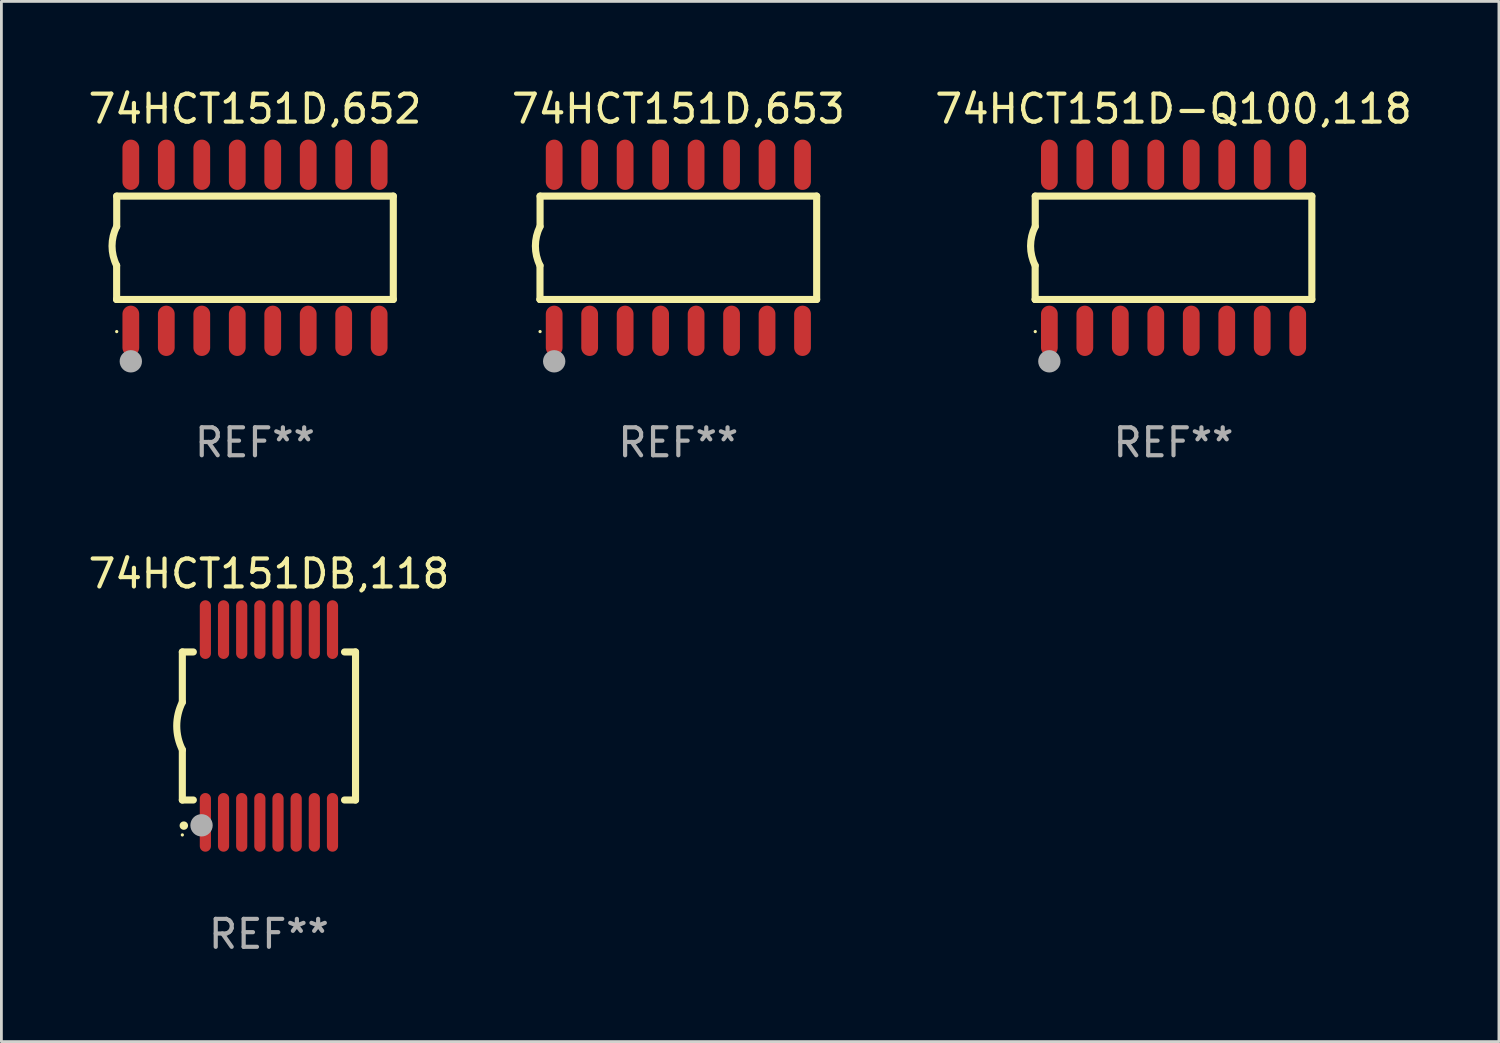
<source format=kicad_pcb>
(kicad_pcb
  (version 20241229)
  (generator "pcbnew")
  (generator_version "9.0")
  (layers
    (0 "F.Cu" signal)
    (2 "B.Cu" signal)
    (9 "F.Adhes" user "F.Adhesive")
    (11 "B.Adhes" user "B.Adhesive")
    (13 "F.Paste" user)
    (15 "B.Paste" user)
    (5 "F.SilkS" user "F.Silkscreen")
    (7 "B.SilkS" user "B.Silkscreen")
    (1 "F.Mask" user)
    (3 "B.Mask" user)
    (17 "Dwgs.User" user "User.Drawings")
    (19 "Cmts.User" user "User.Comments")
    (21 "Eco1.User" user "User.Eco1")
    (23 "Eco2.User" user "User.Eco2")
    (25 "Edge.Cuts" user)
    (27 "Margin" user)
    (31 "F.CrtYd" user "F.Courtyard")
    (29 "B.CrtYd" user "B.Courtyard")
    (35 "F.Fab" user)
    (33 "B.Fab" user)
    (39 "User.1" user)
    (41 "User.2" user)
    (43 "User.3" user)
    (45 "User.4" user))
  (footprint "74HCT151D,652"
    (layer "F.Cu")
    (at 6.077 5.82)
    (property "Reference" "74HCT151D,652" (at 0 -4.972 0) (layer "F.SilkS") (effects (font (size 1 1) (thickness 0.15))))
    (attr through_hole)
    (fp_line (start -4.952 0.635) (end -4.952 1.85) (stroke (width 0.254) (type solid)) (layer "F.SilkS"))
    (fp_line (start -4.952 1.85) (end -4.949 1.85) (stroke (width 0.254) (type solid)) (layer "F.SilkS"))
    (fp_line (start -4.949 -1.85) (end -4.949 -0.762) (stroke (width 0.254) (type solid)) (layer "F.SilkS"))
    (fp_line (start -4.949 1.85) (end 4.952 1.85) (stroke (width 0.254) (type solid)) (layer "F.SilkS"))
    (fp_line (start 4.952 -1.85) (end -4.949 -1.85) (stroke (width 0.254) (type solid)) (layer "F.SilkS"))
    (fp_line (start 4.952 1.85) (end 4.952 -1.85) (stroke (width 0.254) (type solid)) (layer "F.SilkS"))
    (fp_arc (start -4.951524 0.635001) (mid -5.116418 -0.0635) (end -4.951524 -0.762002) (stroke (width 0.254001) (type solid)) (layer "F.SilkS"))
    (fp_circle (center -4.949 3) (end -4.919 3) (stroke (width 0.06) (type solid)) (fill no) (layer "F.SilkS"))
    (fp_circle (center -4.444 4.064) (end -4.244 4.064) (stroke (width 0.4) (type solid)) (fill no) (layer "F.Fab"))
    (fp_text user "REF**" (at 0 6.972 0) (layer "F.Fab") (effects (font (size 1 1) (thickness 0.15))))
    (pad "1" smd oval (at -4.444 2.972 180) (size 0.6 1.8) (layers "F.Cu" "F.Mask" "F.Paste"))
    (pad "2" smd oval (at -3.174 2.972 180) (size 0.6 1.8) (layers "F.Cu" "F.Mask" "F.Paste"))
    (pad "3" smd oval (at -1.904 2.972 180) (size 0.6 1.8) (layers "F.Cu" "F.Mask" "F.Paste"))
    (pad "4" smd oval (at -0.634 2.972 180) (size 0.6 1.8) (layers "F.Cu" "F.Mask" "F.Paste"))
    (pad "5" smd oval (at 0.636 2.972 180) (size 0.6 1.8) (layers "F.Cu" "F.Mask" "F.Paste"))
    (pad "6" smd oval (at 1.906 2.972 180) (size 0.6 1.8) (layers "F.Cu" "F.Mask" "F.Paste"))
    (pad "7" smd oval (at 3.176 2.972 180) (size 0.6 1.8) (layers "F.Cu" "F.Mask" "F.Paste"))
    (pad "8" smd oval (at 4.446 2.972 180) (size 0.6 1.8) (layers "F.Cu" "F.Mask" "F.Paste"))
    (pad "9" smd oval (at 4.446 -2.972 180) (size 0.6 1.8) (layers "F.Cu" "F.Mask" "F.Paste"))
    (pad "10" smd oval (at 3.176 -2.972 180) (size 0.6 1.8) (layers "F.Cu" "F.Mask" "F.Paste"))
    (pad "11" smd oval (at 1.906 -2.972 180) (size 0.6 1.8) (layers "F.Cu" "F.Mask" "F.Paste"))
    (pad "12" smd oval (at 0.636 -2.972 180) (size 0.6 1.8) (layers "F.Cu" "F.Mask" "F.Paste"))
    (pad "13" smd oval (at -0.634 -2.972 180) (size 0.6 1.8) (layers "F.Cu" "F.Mask" "F.Paste"))
    (pad "14" smd oval (at -1.904 -2.972 180) (size 0.6 1.8) (layers "F.Cu" "F.Mask" "F.Paste"))
    (pad "15" smd oval (at -3.174 -2.972 180) (size 0.6 1.8) (layers "F.Cu" "F.Mask" "F.Paste"))
    (pad "16" smd oval (at -4.444 -2.972 180) (size 0.6 1.8) (layers "F.Cu" "F.Mask" "F.Paste")))
  (footprint "74HCT151DB,118"
    (layer "F.Cu")
    (at 6.577 22.938)
    (property "Reference" "74HCT151DB,118" (at 0 -5.45 0) (layer "F.SilkS") (effects (font (size 1 1) (thickness 0.15))))
    (attr through_hole)
    (fp_line (start -3.1 -2.65) (end -3.1 -0.85) (stroke (width 0.254) (type solid)) (layer "F.SilkS"))
    (fp_line (start -3.1 -2.65) (end -2.706 -2.65) (stroke (width 0.254) (type solid)) (layer "F.SilkS"))
    (fp_line (start -3.1 2.65) (end -3.1 0.85) (stroke (width 0.254) (type solid)) (layer "F.SilkS"))
    (fp_line (start -3.1 2.65) (end -2.706 2.65) (stroke (width 0.254) (type solid)) (layer "F.SilkS"))
    (fp_line (start 2.706 -2.65) (end 3.1 -2.65) (stroke (width 0.254) (type solid)) (layer "F.SilkS"))
    (fp_line (start 2.706 2.65) (end 3.1 2.65) (stroke (width 0.254) (type solid)) (layer "F.SilkS"))
    (fp_line (start 3.1 -2.65) (end 3.1 2.65) (stroke (width 0.254) (type solid)) (layer "F.SilkS"))
    (fp_arc (start -3.098907 0.850902) (mid -3.300057 0.000523) (end -3.1 -0.850114) (stroke (width 0.254001) (type solid)) (layer "F.SilkS"))
    (fp_arc (start -3.048006 3.566066) (mid -3.046736 3.566061) (end -3.045466 3.566066) (stroke (width 0.3) (type solid)) (layer "F.SilkS"))
    (fp_circle (center -3.1 3.9) (end -3.07 3.9) (stroke (width 0.06) (type solid)) (fill no) (layer "F.SilkS"))
    (fp_circle (center -2.413 3.556) (end -2.213 3.556) (stroke (width 0.4) (type solid)) (fill no) (layer "F.Fab"))
    (fp_text user "REF**" (at 0 7.45 0) (layer "F.Fab") (effects (font (size 1 1) (thickness 0.15))))
    (pad "1" smd oval (at -2.275 3.45 180) (size 0.4 2.1) (layers "F.Cu" "F.Mask" "F.Paste"))
    (pad "2" smd oval (at -1.625 3.45 180) (size 0.4 2.1) (layers "F.Cu" "F.Mask" "F.Paste"))
    (pad "3" smd oval (at -0.975 3.45 180) (size 0.4 2.1) (layers "F.Cu" "F.Mask" "F.Paste"))
    (pad "4" smd oval (at -0.325 3.45 180) (size 0.4 2.1) (layers "F.Cu" "F.Mask" "F.Paste"))
    (pad "5" smd oval (at 0.325 3.45 180) (size 0.4 2.1) (layers "F.Cu" "F.Mask" "F.Paste"))
    (pad "6" smd oval (at 0.975 3.45 180) (size 0.4 2.1) (layers "F.Cu" "F.Mask" "F.Paste"))
    (pad "7" smd oval (at 1.625 3.45 180) (size 0.4 2.1) (layers "F.Cu" "F.Mask" "F.Paste"))
    (pad "8" smd oval (at 2.275 3.45 180) (size 0.4 2.1) (layers "F.Cu" "F.Mask" "F.Paste"))
    (pad "9" smd oval (at 2.275 -3.45 180) (size 0.4 2.1) (layers "F.Cu" "F.Mask" "F.Paste"))
    (pad "10" smd oval (at 1.625 -3.45 180) (size 0.4 2.1) (layers "F.Cu" "F.Mask" "F.Paste"))
    (pad "11" smd oval (at 0.975 -3.45 180) (size 0.4 2.1) (layers "F.Cu" "F.Mask" "F.Paste"))
    (pad "12" smd oval (at 0.325 -3.45 180) (size 0.4 2.1) (layers "F.Cu" "F.Mask" "F.Paste"))
    (pad "13" smd oval (at -0.325 -3.45 180) (size 0.4 2.1) (layers "F.Cu" "F.Mask" "F.Paste"))
    (pad "14" smd oval (at -0.975 -3.45 180) (size 0.4 2.1) (layers "F.Cu" "F.Mask" "F.Paste"))
    (pad "15" smd oval (at -1.625 -3.45 180) (size 0.4 2.1) (layers "F.Cu" "F.Mask" "F.Paste"))
    (pad "16" smd oval (at -2.275 -3.45 180) (size 0.4 2.1) (layers "F.Cu" "F.Mask" "F.Paste")))
  (footprint "74HCT151D-Q100,118"
    (layer "F.Cu")
    (at 38.958 5.82)
    (property "Reference" "74HCT151D-Q100,118" (at 0 -4.972 0) (layer "F.SilkS") (effects (font (size 1 1) (thickness 0.15))))
    (attr through_hole)
    (fp_line (start -4.952 0.635) (end -4.952 1.85) (stroke (width 0.254) (type solid)) (layer "F.SilkS"))
    (fp_line (start -4.952 1.85) (end -4.949 1.85) (stroke (width 0.254) (type solid)) (layer "F.SilkS"))
    (fp_line (start -4.949 -1.85) (end -4.949 -0.762) (stroke (width 0.254) (type solid)) (layer "F.SilkS"))
    (fp_line (start -4.949 1.85) (end 4.952 1.85) (stroke (width 0.254) (type solid)) (layer "F.SilkS"))
    (fp_line (start 4.952 -1.85) (end -4.949 -1.85) (stroke (width 0.254) (type solid)) (layer "F.SilkS"))
    (fp_line (start 4.952 1.85) (end 4.952 -1.85) (stroke (width 0.254) (type solid)) (layer "F.SilkS"))
    (fp_arc (start -4.951524 0.635001) (mid -5.116418 -0.0635) (end -4.951524 -0.762002) (stroke (width 0.254001) (type solid)) (layer "F.SilkS"))
    (fp_circle (center -4.949 3) (end -4.919 3) (stroke (width 0.06) (type solid)) (fill no) (layer "F.SilkS"))
    (fp_circle (center -4.444 4.064) (end -4.244 4.064) (stroke (width 0.4) (type solid)) (fill no) (layer "F.Fab"))
    (fp_text user "REF**" (at 0 6.972 0) (layer "F.Fab") (effects (font (size 1 1) (thickness 0.15))))
    (pad "1" smd oval (at -4.444 2.972 180) (size 0.6 1.8) (layers "F.Cu" "F.Mask" "F.Paste"))
    (pad "2" smd oval (at -3.174 2.972 180) (size 0.6 1.8) (layers "F.Cu" "F.Mask" "F.Paste"))
    (pad "3" smd oval (at -1.904 2.972 180) (size 0.6 1.8) (layers "F.Cu" "F.Mask" "F.Paste"))
    (pad "4" smd oval (at -0.634 2.972 180) (size 0.6 1.8) (layers "F.Cu" "F.Mask" "F.Paste"))
    (pad "5" smd oval (at 0.636 2.972 180) (size 0.6 1.8) (layers "F.Cu" "F.Mask" "F.Paste"))
    (pad "6" smd oval (at 1.906 2.972 180) (size 0.6 1.8) (layers "F.Cu" "F.Mask" "F.Paste"))
    (pad "7" smd oval (at 3.176 2.972 180) (size 0.6 1.8) (layers "F.Cu" "F.Mask" "F.Paste"))
    (pad "8" smd oval (at 4.446 2.972 180) (size 0.6 1.8) (layers "F.Cu" "F.Mask" "F.Paste"))
    (pad "9" smd oval (at 4.446 -2.972 180) (size 0.6 1.8) (layers "F.Cu" "F.Mask" "F.Paste"))
    (pad "10" smd oval (at 3.176 -2.972 180) (size 0.6 1.8) (layers "F.Cu" "F.Mask" "F.Paste"))
    (pad "11" smd oval (at 1.906 -2.972 180) (size 0.6 1.8) (layers "F.Cu" "F.Mask" "F.Paste"))
    (pad "12" smd oval (at 0.636 -2.972 180) (size 0.6 1.8) (layers "F.Cu" "F.Mask" "F.Paste"))
    (pad "13" smd oval (at -0.634 -2.972 180) (size 0.6 1.8) (layers "F.Cu" "F.Mask" "F.Paste"))
    (pad "14" smd oval (at -1.904 -2.972 180) (size 0.6 1.8) (layers "F.Cu" "F.Mask" "F.Paste"))
    (pad "15" smd oval (at -3.174 -2.972 180) (size 0.6 1.8) (layers "F.Cu" "F.Mask" "F.Paste"))
    (pad "16" smd oval (at -4.444 -2.972 180) (size 0.6 1.8) (layers "F.Cu" "F.Mask" "F.Paste")))
  (footprint "74HCT151D,653"
    (layer "F.Cu")
    (at 21.232 5.82)
    (property "Reference" "74HCT151D,653" (at 0 -4.972 0) (layer "F.SilkS") (effects (font (size 1 1) (thickness 0.15))))
    (attr through_hole)
    (fp_line (start -4.952 0.635) (end -4.952 1.85) (stroke (width 0.254) (type solid)) (layer "F.SilkS"))
    (fp_line (start -4.952 1.85) (end -4.949 1.85) (stroke (width 0.254) (type solid)) (layer "F.SilkS"))
    (fp_line (start -4.949 -1.85) (end -4.949 -0.762) (stroke (width 0.254) (type solid)) (layer "F.SilkS"))
    (fp_line (start -4.949 1.85) (end 4.952 1.85) (stroke (width 0.254) (type solid)) (layer "F.SilkS"))
    (fp_line (start 4.952 -1.85) (end -4.949 -1.85) (stroke (width 0.254) (type solid)) (layer "F.SilkS"))
    (fp_line (start 4.952 1.85) (end 4.952 -1.85) (stroke (width 0.254) (type solid)) (layer "F.SilkS"))
    (fp_arc (start -4.951524 0.635001) (mid -5.116418 -0.0635) (end -4.951524 -0.762002) (stroke (width 0.254001) (type solid)) (layer "F.SilkS"))
    (fp_circle (center -4.949 3) (end -4.919 3) (stroke (width 0.06) (type solid)) (fill no) (layer "F.SilkS"))
    (fp_circle (center -4.444 4.064) (end -4.244 4.064) (stroke (width 0.4) (type solid)) (fill no) (layer "F.Fab"))
    (fp_text user "REF**" (at 0 6.972 0) (layer "F.Fab") (effects (font (size 1 1) (thickness 0.15))))
    (pad "1" smd oval (at -4.444 2.972 180) (size 0.6 1.8) (layers "F.Cu" "F.Mask" "F.Paste"))
    (pad "2" smd oval (at -3.174 2.972 180) (size 0.6 1.8) (layers "F.Cu" "F.Mask" "F.Paste"))
    (pad "3" smd oval (at -1.904 2.972 180) (size 0.6 1.8) (layers "F.Cu" "F.Mask" "F.Paste"))
    (pad "4" smd oval (at -0.634 2.972 180) (size 0.6 1.8) (layers "F.Cu" "F.Mask" "F.Paste"))
    (pad "5" smd oval (at 0.636 2.972 180) (size 0.6 1.8) (layers "F.Cu" "F.Mask" "F.Paste"))
    (pad "6" smd oval (at 1.906 2.972 180) (size 0.6 1.8) (layers "F.Cu" "F.Mask" "F.Paste"))
    (pad "7" smd oval (at 3.176 2.972 180) (size 0.6 1.8) (layers "F.Cu" "F.Mask" "F.Paste"))
    (pad "8" smd oval (at 4.446 2.972 180) (size 0.6 1.8) (layers "F.Cu" "F.Mask" "F.Paste"))
    (pad "9" smd oval (at 4.446 -2.972 180) (size 0.6 1.8) (layers "F.Cu" "F.Mask" "F.Paste"))
    (pad "10" smd oval (at 3.176 -2.972 180) (size 0.6 1.8) (layers "F.Cu" "F.Mask" "F.Paste"))
    (pad "11" smd oval (at 1.906 -2.972 180) (size 0.6 1.8) (layers "F.Cu" "F.Mask" "F.Paste"))
    (pad "12" smd oval (at 0.636 -2.972 180) (size 0.6 1.8) (layers "F.Cu" "F.Mask" "F.Paste"))
    (pad "13" smd oval (at -0.634 -2.972 180) (size 0.6 1.8) (layers "F.Cu" "F.Mask" "F.Paste"))
    (pad "14" smd oval (at -1.904 -2.972 180) (size 0.6 1.8) (layers "F.Cu" "F.Mask" "F.Paste"))
    (pad "15" smd oval (at -3.174 -2.972 180) (size 0.6 1.8) (layers "F.Cu" "F.Mask" "F.Paste"))
    (pad "16" smd oval (at -4.444 -2.972 180) (size 0.6 1.8) (layers "F.Cu" "F.Mask" "F.Paste")))
  (gr_rect
    (start -3 -3)
    (end 50.607 34.237)
    (stroke (width 0.1) (type default))
    (fill no)
    (layer "Edge.Cuts")))
</source>
